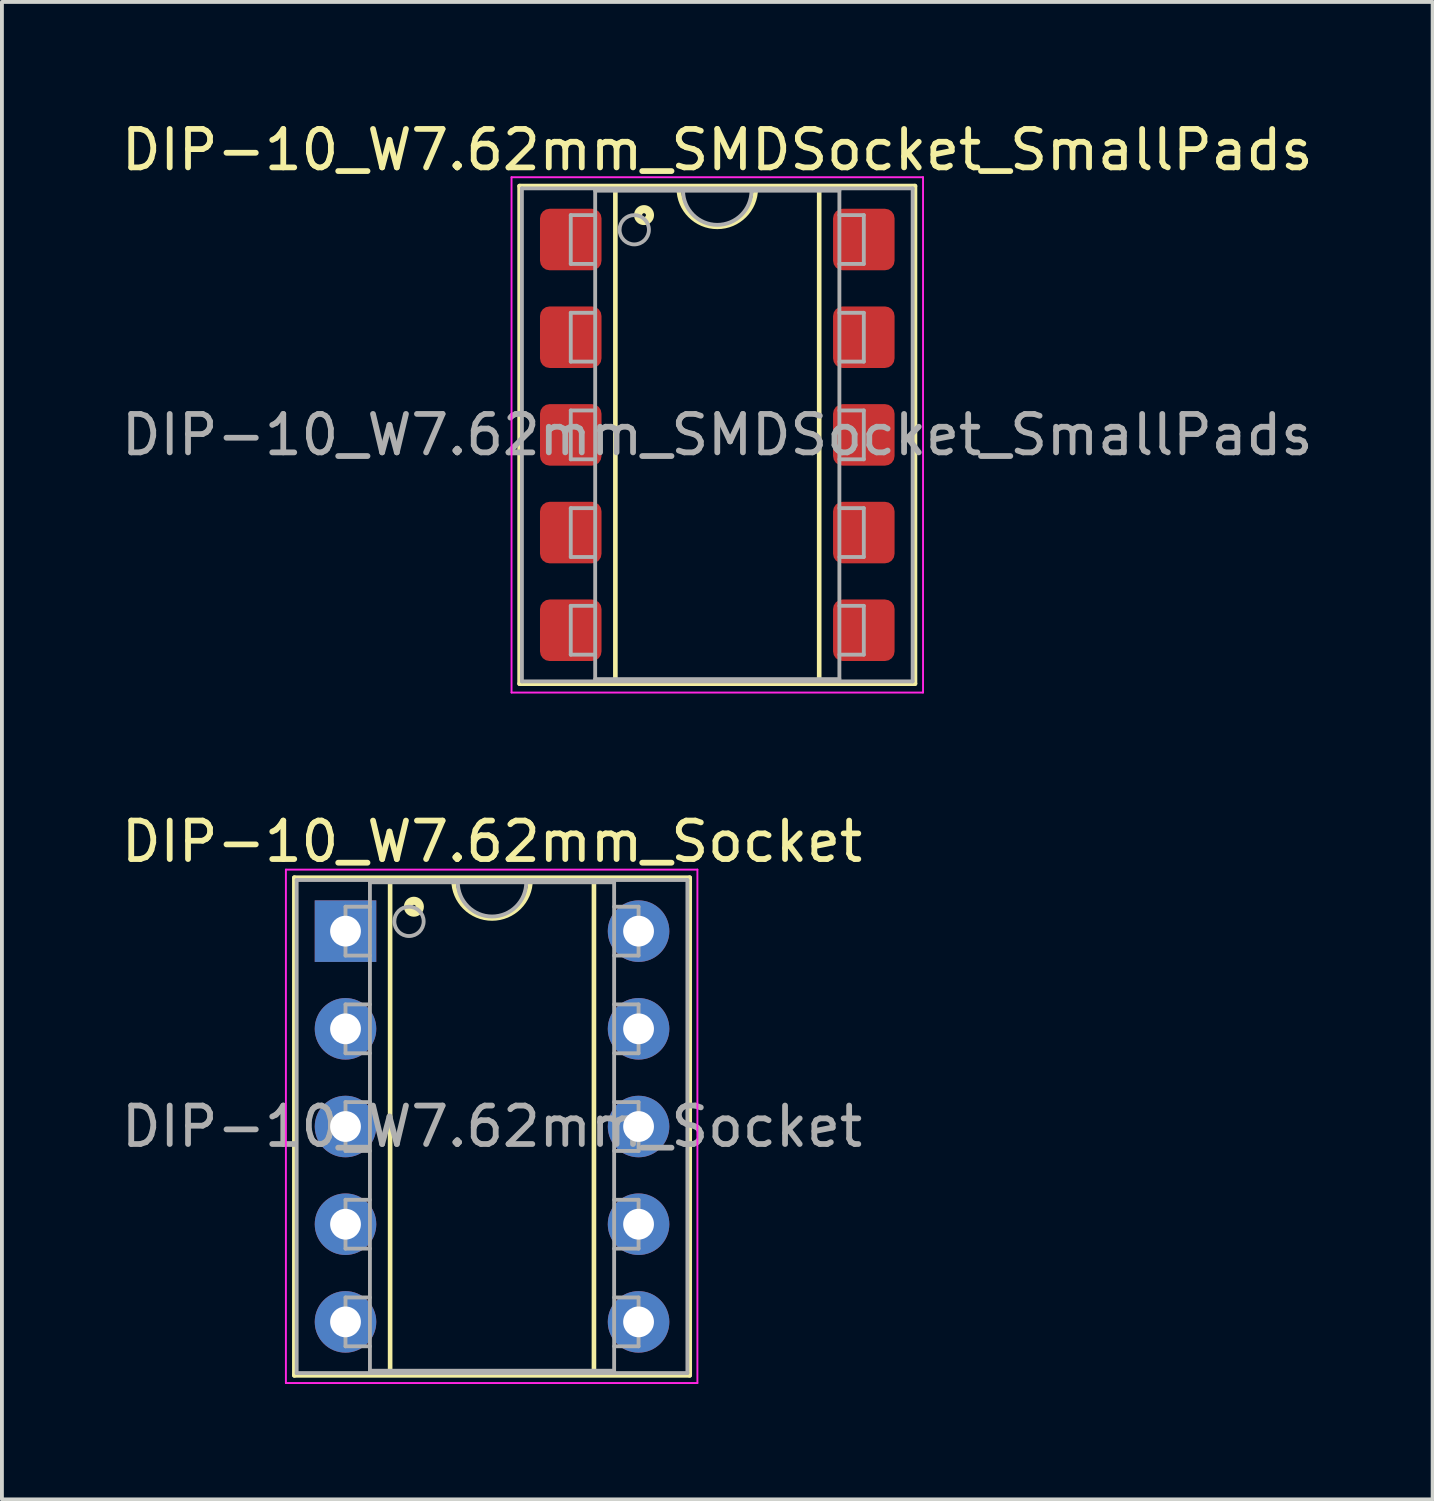
<source format=kicad_pcb>
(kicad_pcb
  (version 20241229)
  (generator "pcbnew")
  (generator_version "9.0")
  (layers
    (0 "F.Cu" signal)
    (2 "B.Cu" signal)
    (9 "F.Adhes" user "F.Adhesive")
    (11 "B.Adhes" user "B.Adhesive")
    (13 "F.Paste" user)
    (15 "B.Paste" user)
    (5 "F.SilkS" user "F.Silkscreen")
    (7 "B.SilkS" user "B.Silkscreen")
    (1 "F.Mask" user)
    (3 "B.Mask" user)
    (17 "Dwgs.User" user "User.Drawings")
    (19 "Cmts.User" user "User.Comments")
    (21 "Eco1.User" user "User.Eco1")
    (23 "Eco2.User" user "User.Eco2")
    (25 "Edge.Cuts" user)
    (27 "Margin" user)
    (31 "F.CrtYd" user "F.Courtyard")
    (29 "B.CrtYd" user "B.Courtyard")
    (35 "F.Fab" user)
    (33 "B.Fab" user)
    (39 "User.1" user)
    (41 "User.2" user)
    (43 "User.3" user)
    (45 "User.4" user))
  (footprint "DIP-10_W7.62mm_Socket"
    (layer "F.Cu")
    (at 5.934 21.162)
    (property "Reference" "DIP-10_W7.62mm_Socket" (at 3.81 -2.33 0) (layer "F.SilkS") (effects (font (size 1 1) (thickness 0.15))))
    (attr through_hole)
    (fp_line (start -1.33 -1.39) (end -1.33 11.55) (stroke (width 0.12) (type solid)) (layer "F.SilkS"))
    (fp_line (start -1.33 11.55) (end 8.95 11.55) (stroke (width 0.12) (type solid)) (layer "F.SilkS"))
    (fp_line (start 1.16 -1.33) (end 1.16 11.49) (stroke (width 0.12) (type solid)) (layer "F.SilkS"))
    (fp_line (start 1.16 11.49) (end 6.46 11.49) (stroke (width 0.12) (type solid)) (layer "F.SilkS"))
    (fp_line (start 2.81 -1.33) (end 1.16 -1.33) (stroke (width 0.12) (type solid)) (layer "F.SilkS"))
    (fp_line (start 6.46 -1.33) (end 4.81 -1.33) (stroke (width 0.12) (type solid)) (layer "F.SilkS"))
    (fp_line (start 6.46 11.49) (end 6.46 -1.33) (stroke (width 0.12) (type solid)) (layer "F.SilkS"))
    (fp_line (start 8.95 -1.39) (end -1.33 -1.39) (stroke (width 0.12) (type solid)) (layer "F.SilkS"))
    (fp_line (start 8.95 11.55) (end 8.95 -1.39) (stroke (width 0.12) (type solid)) (layer "F.SilkS"))
    (fp_arc (start 4.81 -1.33) (mid 3.81 -0.33) (end 2.81 -1.33) (stroke (width 0.12) (type solid)) (layer "F.SilkS"))
    (fp_circle (center 1.778 -0.635) (end 1.828 -0.635) (stroke (width 0.12) (type solid)) (fill no) (layer "F.SilkS"))
    (fp_circle (center 1.778 -0.635) (end 1.903 -0.635) (stroke (width 0.12) (type solid)) (fill no) (layer "F.SilkS"))
    (fp_circle (center 1.778 -0.635) (end 1.978 -0.635) (stroke (width 0.12) (type solid)) (fill no) (layer "F.SilkS"))
    (fp_line (start -1.55 -1.6) (end -1.55 11.75) (stroke (width 0.05) (type solid)) (layer "F.CrtYd"))
    (fp_line (start -1.55 11.75) (end 9.15 11.75) (stroke (width 0.05) (type solid)) (layer "F.CrtYd"))
    (fp_line (start 9.15 -1.6) (end -1.55 -1.6) (stroke (width 0.05) (type solid)) (layer "F.CrtYd"))
    (fp_line (start 9.15 11.75) (end 9.15 -1.6) (stroke (width 0.05) (type solid)) (layer "F.CrtYd"))
    (fp_line (start -1.27 -1.33) (end -1.27 11.49) (stroke (width 0.1) (type solid)) (layer "F.Fab"))
    (fp_line (start -1.27 11.49) (end 8.89 11.49) (stroke (width 0.1) (type solid)) (layer "F.Fab"))
    (fp_line (start 0 -0.635) (end 0 0.635) (stroke (width 0.1) (type solid)) (layer "F.Fab"))
    (fp_line (start 0 -0.635) (end 0.635 -0.635) (stroke (width 0.1) (type solid)) (layer "F.Fab"))
    (fp_line (start 0 0.635) (end 0.635 0.635) (stroke (width 0.1) (type solid)) (layer "F.Fab"))
    (fp_line (start 0 1.905) (end 0 3.175) (stroke (width 0.1) (type solid)) (layer "F.Fab"))
    (fp_line (start 0 1.905) (end 0.635 1.905) (stroke (width 0.1) (type solid)) (layer "F.Fab"))
    (fp_line (start 0 3.175) (end 0.635 3.175) (stroke (width 0.1) (type solid)) (layer "F.Fab"))
    (fp_line (start 0 4.445) (end 0 5.715) (stroke (width 0.1) (type solid)) (layer "F.Fab"))
    (fp_line (start 0 4.445) (end 0.635 4.445) (stroke (width 0.1) (type solid)) (layer "F.Fab"))
    (fp_line (start 0 5.715) (end 0.635 5.715) (stroke (width 0.1) (type solid)) (layer "F.Fab"))
    (fp_line (start 0 6.985) (end 0 8.255) (stroke (width 0.1) (type solid)) (layer "F.Fab"))
    (fp_line (start 0 6.985) (end 0.635 6.985) (stroke (width 0.1) (type solid)) (layer "F.Fab"))
    (fp_line (start 0 8.255) (end 0.635 8.255) (stroke (width 0.1) (type solid)) (layer "F.Fab"))
    (fp_line (start 0 9.525) (end 0 10.795) (stroke (width 0.1) (type solid)) (layer "F.Fab"))
    (fp_line (start 0 9.525) (end 0.635 9.525) (stroke (width 0.1) (type solid)) (layer "F.Fab"))
    (fp_line (start 0 10.795) (end 0.635 10.795) (stroke (width 0.1) (type solid)) (layer "F.Fab"))
    (fp_line (start 0.635 -1.27) (end 6.985 -1.27) (stroke (width 0.1) (type solid)) (layer "F.Fab"))
    (fp_line (start 0.635 11.43) (end 0.635 -1.27) (stroke (width 0.1) (type solid)) (layer "F.Fab"))
    (fp_line (start 6.985 -1.27) (end 6.985 11.43) (stroke (width 0.1) (type solid)) (layer "F.Fab"))
    (fp_line (start 6.985 11.43) (end 0.635 11.43) (stroke (width 0.1) (type solid)) (layer "F.Fab"))
    (fp_line (start 7.62 -0.635) (end 6.985 -0.635) (stroke (width 0.1) (type solid)) (layer "F.Fab"))
    (fp_line (start 7.62 0.635) (end 6.985 0.635) (stroke (width 0.1) (type solid)) (layer "F.Fab"))
    (fp_line (start 7.62 0.635) (end 7.62 -0.635) (stroke (width 0.1) (type solid)) (layer "F.Fab"))
    (fp_line (start 7.62 1.905) (end 6.985 1.905) (stroke (width 0.1) (type solid)) (layer "F.Fab"))
    (fp_line (start 7.62 3.175) (end 6.985 3.175) (stroke (width 0.1) (type solid)) (layer "F.Fab"))
    (fp_line (start 7.62 3.175) (end 7.62 1.905) (stroke (width 0.1) (type solid)) (layer "F.Fab"))
    (fp_line (start 7.62 4.445) (end 6.985 4.445) (stroke (width 0.1) (type solid)) (layer "F.Fab"))
    (fp_line (start 7.62 5.715) (end 6.985 5.715) (stroke (width 0.1) (type solid)) (layer "F.Fab"))
    (fp_line (start 7.62 5.715) (end 7.62 4.445) (stroke (width 0.1) (type solid)) (layer "F.Fab"))
    (fp_line (start 7.62 6.985) (end 6.985 6.985) (stroke (width 0.1) (type solid)) (layer "F.Fab"))
    (fp_line (start 7.62 8.255) (end 6.985 8.255) (stroke (width 0.1) (type solid)) (layer "F.Fab"))
    (fp_line (start 7.62 8.255) (end 7.62 6.985) (stroke (width 0.1) (type solid)) (layer "F.Fab"))
    (fp_line (start 7.62 9.525) (end 6.985 9.525) (stroke (width 0.1) (type solid)) (layer "F.Fab"))
    (fp_line (start 7.62 10.795) (end 6.985 10.795) (stroke (width 0.1) (type solid)) (layer "F.Fab"))
    (fp_line (start 7.62 10.795) (end 7.62 9.525) (stroke (width 0.1) (type solid)) (layer "F.Fab"))
    (fp_line (start 8.89 -1.33) (end -1.27 -1.33) (stroke (width 0.1) (type solid)) (layer "F.Fab"))
    (fp_line (start 8.89 11.49) (end 8.89 -1.33) (stroke (width 0.1) (type solid)) (layer "F.Fab"))
    (fp_arc (start 4.699 -1.27) (mid 3.81 -0.381) (end 2.921 -1.27) (stroke (width 0.1) (type solid)) (layer "F.Fab"))
    (fp_circle (center 1.651 -0.254) (end 2.032 -0.254) (stroke (width 0.1) (type solid)) (fill no) (layer "F.Fab"))
    (fp_text user "${REFERENCE}" (at 3.81 5.08 0) (layer "F.Fab") (effects (font (size 1 1) (thickness 0.15))))
    (pad "1" thru_hole rect (at 0 0) (size 1.6 1.6) (drill 0.8) (layers "*.Cu" "*.Mask"))
    (pad "2" thru_hole oval (at 0 2.54) (size 1.6 1.6) (drill 0.8) (layers "*.Cu" "*.Mask"))
    (pad "3" thru_hole oval (at 0 5.08) (size 1.6 1.6) (drill 0.8) (layers "*.Cu" "*.Mask"))
    (pad "4" thru_hole oval (at 0 7.62) (size 1.6 1.6) (drill 0.8) (layers "*.Cu" "*.Mask"))
    (pad "5" thru_hole oval (at 0 10.16) (size 1.6 1.6) (drill 0.8) (layers "*.Cu" "*.Mask"))
    (pad "6" thru_hole oval (at 7.62 10.16) (size 1.6 1.6) (drill 0.8) (layers "*.Cu" "*.Mask"))
    (pad "7" thru_hole oval (at 7.62 7.62) (size 1.6 1.6) (drill 0.8) (layers "*.Cu" "*.Mask"))
    (pad "8" thru_hole oval (at 7.62 5.08) (size 1.6 1.6) (drill 0.8) (layers "*.Cu" "*.Mask"))
    (pad "9" thru_hole oval (at 7.62 2.54) (size 1.6 1.6) (drill 0.8) (layers "*.Cu" "*.Mask"))
    (pad "10" thru_hole oval (at 7.62 0) (size 1.6 1.6) (drill 0.8) (layers "*.Cu" "*.Mask")))
  (footprint "DIP-10_W7.62mm_SMDSocket_SmallPads"
    (layer "F.Cu")
    (at 15.601 8.258)
    (property "Reference" "DIP-10_W7.62mm_SMDSocket_SmallPads" (at 0 -7.41 0) (layer "F.SilkS") (effects (font (size 1 1) (thickness 0.15))))
    (attr smd)
    (fp_line (start -5.14 -6.47) (end -5.14 6.47) (stroke (width 0.12) (type solid)) (layer "F.SilkS"))
    (fp_line (start -5.14 6.47) (end 5.14 6.47) (stroke (width 0.12) (type solid)) (layer "F.SilkS"))
    (fp_line (start -2.65 -6.41) (end -2.65 6.41) (stroke (width 0.12) (type solid)) (layer "F.SilkS"))
    (fp_line (start -2.65 6.41) (end 2.65 6.41) (stroke (width 0.12) (type solid)) (layer "F.SilkS"))
    (fp_line (start -1 -6.41) (end -2.65 -6.41) (stroke (width 0.12) (type solid)) (layer "F.SilkS"))
    (fp_line (start 2.65 -6.41) (end 1 -6.41) (stroke (width 0.12) (type solid)) (layer "F.SilkS"))
    (fp_line (start 2.65 6.41) (end 2.65 -6.41) (stroke (width 0.12) (type solid)) (layer "F.SilkS"))
    (fp_line (start 5.14 -6.47) (end -5.14 -6.47) (stroke (width 0.12) (type solid)) (layer "F.SilkS"))
    (fp_line (start 5.14 6.47) (end 5.14 -6.47) (stroke (width 0.12) (type solid)) (layer "F.SilkS"))
    (fp_arc (start 1 -6.41) (mid 0 -5.41) (end -1 -6.41) (stroke (width 0.12) (type solid)) (layer "F.SilkS"))
    (fp_circle (center -1.905 -5.715) (end -1.855 -5.715) (stroke (width 0.12) (type solid)) (fill no) (layer "F.SilkS"))
    (fp_circle (center -1.905 -5.715) (end -1.78 -5.715) (stroke (width 0.12) (type solid)) (fill no) (layer "F.SilkS"))
    (fp_circle (center -1.905 -5.715) (end -1.705 -5.715) (stroke (width 0.12) (type solid)) (fill no) (layer "F.SilkS"))
    (fp_line (start -5.35 -6.7) (end -5.35 6.7) (stroke (width 0.05) (type solid)) (layer "F.CrtYd"))
    (fp_line (start -5.35 6.7) (end 5.35 6.7) (stroke (width 0.05) (type solid)) (layer "F.CrtYd"))
    (fp_line (start 5.35 -6.7) (end -5.35 -6.7) (stroke (width 0.05) (type solid)) (layer "F.CrtYd"))
    (fp_line (start 5.35 6.7) (end 5.35 -6.7) (stroke (width 0.05) (type solid)) (layer "F.CrtYd"))
    (fp_line (start -5.08 -6.41) (end -5.08 6.41) (stroke (width 0.1) (type solid)) (layer "F.Fab"))
    (fp_line (start -5.08 6.41) (end 5.08 6.41) (stroke (width 0.1) (type solid)) (layer "F.Fab"))
    (fp_line (start -3.81 -5.715) (end -3.81 -4.445) (stroke (width 0.1) (type solid)) (layer "F.Fab"))
    (fp_line (start -3.81 -5.715) (end -3.175 -5.715) (stroke (width 0.1) (type solid)) (layer "F.Fab"))
    (fp_line (start -3.81 -4.445) (end -3.175 -4.445) (stroke (width 0.1) (type solid)) (layer "F.Fab"))
    (fp_line (start -3.81 -3.175) (end -3.81 -1.905) (stroke (width 0.1) (type solid)) (layer "F.Fab"))
    (fp_line (start -3.81 -3.175) (end -3.175 -3.175) (stroke (width 0.1) (type solid)) (layer "F.Fab"))
    (fp_line (start -3.81 -1.905) (end -3.175 -1.905) (stroke (width 0.1) (type solid)) (layer "F.Fab"))
    (fp_line (start -3.81 -0.635) (end -3.81 0.635) (stroke (width 0.1) (type solid)) (layer "F.Fab"))
    (fp_line (start -3.81 -0.635) (end -3.175 -0.635) (stroke (width 0.1) (type solid)) (layer "F.Fab"))
    (fp_line (start -3.81 0.635) (end -3.175 0.635) (stroke (width 0.1) (type solid)) (layer "F.Fab"))
    (fp_line (start -3.81 1.905) (end -3.81 3.175) (stroke (width 0.1) (type solid)) (layer "F.Fab"))
    (fp_line (start -3.81 1.905) (end -3.175 1.905) (stroke (width 0.1) (type solid)) (layer "F.Fab"))
    (fp_line (start -3.81 3.175) (end -3.175 3.175) (stroke (width 0.1) (type solid)) (layer "F.Fab"))
    (fp_line (start -3.81 4.445) (end -3.81 5.715) (stroke (width 0.1) (type solid)) (layer "F.Fab"))
    (fp_line (start -3.81 4.445) (end -3.175 4.445) (stroke (width 0.1) (type solid)) (layer "F.Fab"))
    (fp_line (start -3.81 5.715) (end -3.175 5.715) (stroke (width 0.1) (type solid)) (layer "F.Fab"))
    (fp_line (start -3.175 -6.35) (end 3.175 -6.35) (stroke (width 0.1) (type solid)) (layer "F.Fab"))
    (fp_line (start -3.175 6.35) (end -3.175 -6.35) (stroke (width 0.1) (type solid)) (layer "F.Fab"))
    (fp_line (start 3.175 -6.35) (end 3.175 6.35) (stroke (width 0.1) (type solid)) (layer "F.Fab"))
    (fp_line (start 3.175 6.35) (end -3.175 6.35) (stroke (width 0.1) (type solid)) (layer "F.Fab"))
    (fp_line (start 3.81 -5.715) (end 3.175 -5.715) (stroke (width 0.1) (type solid)) (layer "F.Fab"))
    (fp_line (start 3.81 -4.445) (end 3.175 -4.445) (stroke (width 0.1) (type solid)) (layer "F.Fab"))
    (fp_line (start 3.81 -4.445) (end 3.81 -5.715) (stroke (width 0.1) (type solid)) (layer "F.Fab"))
    (fp_line (start 3.81 -3.175) (end 3.175 -3.175) (stroke (width 0.1) (type solid)) (layer "F.Fab"))
    (fp_line (start 3.81 -1.905) (end 3.175 -1.905) (stroke (width 0.1) (type solid)) (layer "F.Fab"))
    (fp_line (start 3.81 -1.905) (end 3.81 -3.175) (stroke (width 0.1) (type solid)) (layer "F.Fab"))
    (fp_line (start 3.81 -0.635) (end 3.175 -0.635) (stroke (width 0.1) (type solid)) (layer "F.Fab"))
    (fp_line (start 3.81 0.635) (end 3.175 0.635) (stroke (width 0.1) (type solid)) (layer "F.Fab"))
    (fp_line (start 3.81 0.635) (end 3.81 -0.635) (stroke (width 0.1) (type solid)) (layer "F.Fab"))
    (fp_line (start 3.81 1.905) (end 3.175 1.905) (stroke (width 0.1) (type solid)) (layer "F.Fab"))
    (fp_line (start 3.81 3.175) (end 3.175 3.175) (stroke (width 0.1) (type solid)) (layer "F.Fab"))
    (fp_line (start 3.81 3.175) (end 3.81 1.905) (stroke (width 0.1) (type solid)) (layer "F.Fab"))
    (fp_line (start 3.81 4.445) (end 3.175 4.445) (stroke (width 0.1) (type solid)) (layer "F.Fab"))
    (fp_line (start 3.81 5.715) (end 3.175 5.715) (stroke (width 0.1) (type solid)) (layer "F.Fab"))
    (fp_line (start 3.81 5.715) (end 3.81 4.445) (stroke (width 0.1) (type solid)) (layer "F.Fab"))
    (fp_line (start 5.08 -6.41) (end -5.08 -6.41) (stroke (width 0.1) (type solid)) (layer "F.Fab"))
    (fp_line (start 5.08 6.41) (end 5.08 -6.41) (stroke (width 0.1) (type solid)) (layer "F.Fab"))
    (fp_arc (start 0.889 -6.35) (mid 0 -5.461) (end -0.889 -6.35) (stroke (width 0.1) (type solid)) (layer "F.Fab"))
    (fp_circle (center -2.159 -5.334) (end -1.778 -5.334) (stroke (width 0.1) (type solid)) (fill no) (layer "F.Fab"))
    (fp_text user "${REFERENCE}" (at 0 0 0) (layer "F.Fab") (effects (font (size 1 1) (thickness 0.15))))
    (pad "1" smd roundrect (at -3.81 -5.08) (size 1.6 1.6) (layers "F.Cu" "F.Mask" "F.Paste") (roundrect_rratio 0.156))
    (pad "2" smd roundrect (at -3.81 -2.54) (size 1.6 1.6) (layers "F.Cu" "F.Mask" "F.Paste") (roundrect_rratio 0.156))
    (pad "3" smd roundrect (at -3.81 0) (size 1.6 1.6) (layers "F.Cu" "F.Mask" "F.Paste") (roundrect_rratio 0.156))
    (pad "4" smd roundrect (at -3.81 2.54) (size 1.6 1.6) (layers "F.Cu" "F.Mask" "F.Paste") (roundrect_rratio 0.156))
    (pad "5" smd roundrect (at -3.81 5.08) (size 1.6 1.6) (layers "F.Cu" "F.Mask" "F.Paste") (roundrect_rratio 0.156))
    (pad "6" smd roundrect (at 3.81 5.08) (size 1.6 1.6) (layers "F.Cu" "F.Mask" "F.Paste") (roundrect_rratio 0.156))
    (pad "7" smd roundrect (at 3.81 2.54) (size 1.6 1.6) (layers "F.Cu" "F.Mask" "F.Paste") (roundrect_rratio 0.156))
    (pad "8" smd roundrect (at 3.81 0) (size 1.6 1.6) (layers "F.Cu" "F.Mask" "F.Paste") (roundrect_rratio 0.156))
    (pad "9" smd roundrect (at 3.81 -2.54) (size 1.6 1.6) (layers "F.Cu" "F.Mask" "F.Paste") (roundrect_rratio 0.156))
    (pad "10" smd roundrect (at 3.81 -5.08) (size 1.6 1.6) (layers "F.Cu" "F.Mask" "F.Paste") (roundrect_rratio 0.156)))
  (gr_rect
    (start -3 -3)
    (end 34.202 35.937)
    (stroke (width 0.1) (type default))
    (fill no)
    (layer "Edge.Cuts")))
</source>
